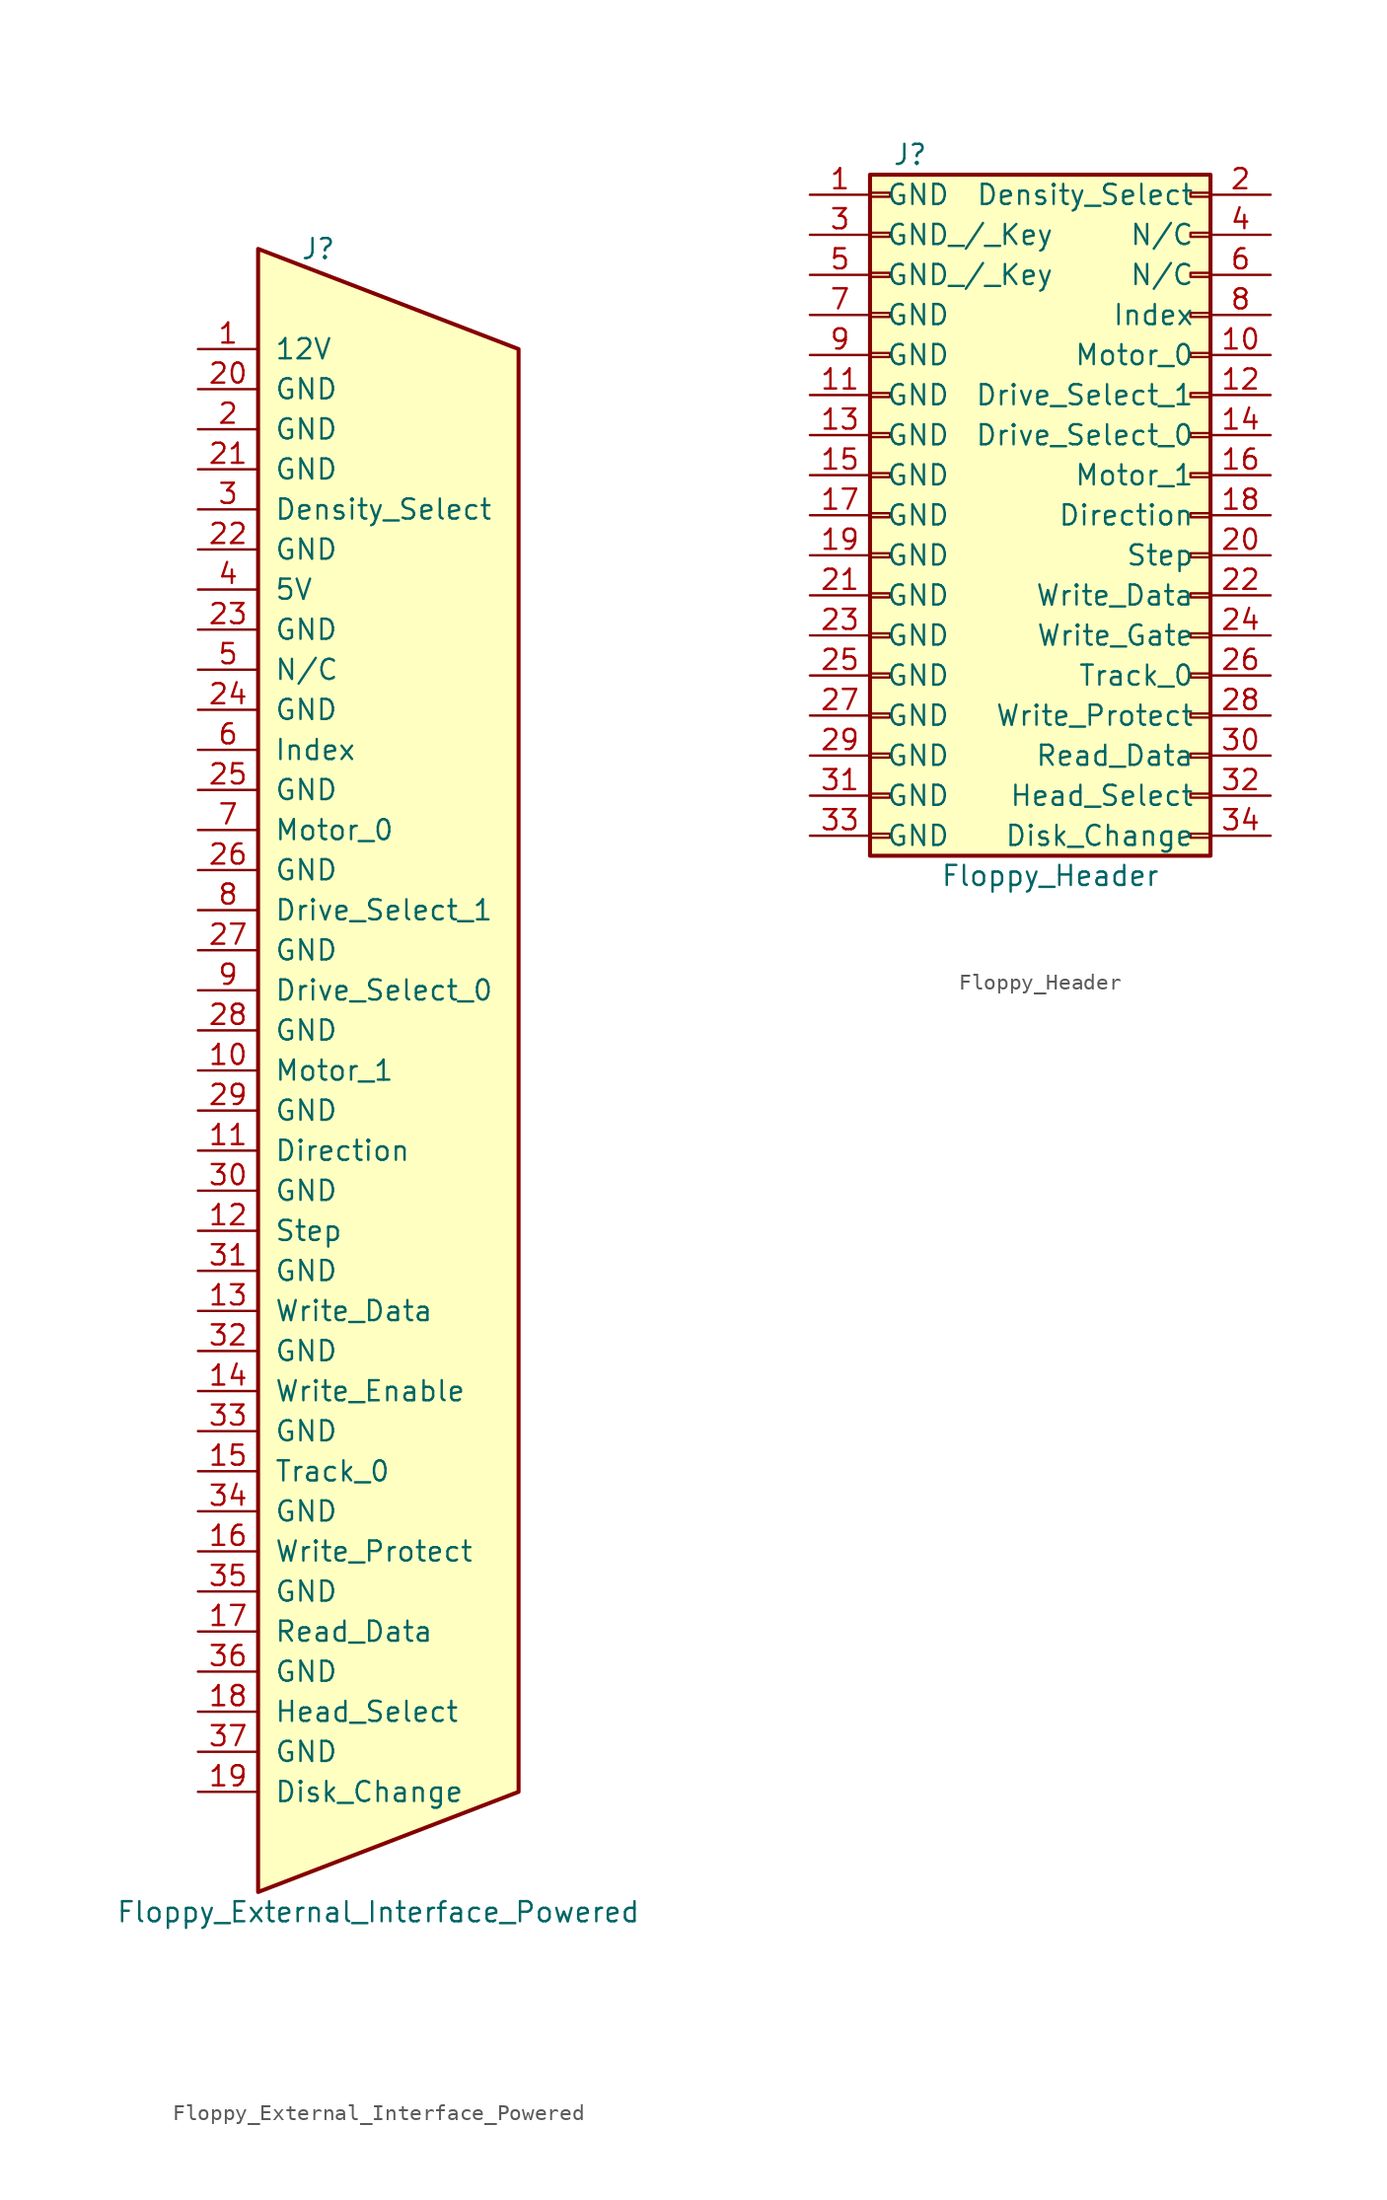
<source format=kicad_sym>
(kicad_symbol_lib
  (version 20211014)
  (generator kicad_symbol_editor)
  (symbol "Floppy_External_Interface_Powered"
    (pin_names
      (offset 1.016))
    (property "Reference" "J"
      (at 0 52.07 0)
      (effects (font (size 1.27 1.27))))
    (property "Value" "Floppy_External_Interface_Powered"
      (at 3.81 -53.34 0)
      (effects (font (size 1.27 1.27))))
    (symbol "Floppy_External_Interface_Powered_0_1"
      (polyline (pts (xy -3.81 -52.07) (xy 12.7 -45.72) (xy 12.7 45.72) (xy -3.81 52.07) (xy -3.81 -52.07)) (stroke (width 0.254) (type default) (color 0 0 0 0)) (fill (type background))))
    (symbol "Floppy_External_Interface_Powered_1_1"
      (pin power_in line (at -7.62 45.72 0) (length 3.81) (name "12V" (effects (font (size 1.27 1.27)))) (number "1" (effects (font (size 1.27 1.27)))))
      (pin passive line (at -7.62 0 0) (length 3.81) (name "Motor_1" (effects (font (size 1.27 1.27)))) (number "10" (effects (font (size 1.27 1.27)))))
      (pin passive line (at -7.62 -5.08 0) (length 3.81) (name "Direction" (effects (font (size 1.27 1.27)))) (number "11" (effects (font (size 1.27 1.27)))))
      (pin passive line (at -7.62 -10.16 0) (length 3.81) (name "Step" (effects (font (size 1.27 1.27)))) (number "12" (effects (font (size 1.27 1.27)))))
      (pin passive line (at -7.62 -15.24 0) (length 3.81) (name "Write_Data" (effects (font (size 1.27 1.27)))) (number "13" (effects (font (size 1.27 1.27)))))
      (pin passive line (at -7.62 -20.32 0) (length 3.81) (name "Write_Enable" (effects (font (size 1.27 1.27)))) (number "14" (effects (font (size 1.27 1.27)))))
      (pin passive line (at -7.62 -25.4 0) (length 3.81) (name "Track_0" (effects (font (size 1.27 1.27)))) (number "15" (effects (font (size 1.27 1.27)))))
      (pin passive line (at -7.62 -30.48 0) (length 3.81) (name "Write_Protect" (effects (font (size 1.27 1.27)))) (number "16" (effects (font (size 1.27 1.27)))))
      (pin passive line (at -7.62 -35.56 0) (length 3.81) (name "Read_Data" (effects (font (size 1.27 1.27)))) (number "17" (effects (font (size 1.27 1.27)))))
      (pin passive line (at -7.62 -40.64 0) (length 3.81) (name "Head_Select" (effects (font (size 1.27 1.27)))) (number "18" (effects (font (size 1.27 1.27)))))
      (pin passive line (at -7.62 -45.72 0) (length 3.81) (name "Disk_Change" (effects (font (size 1.27 1.27)))) (number "19" (effects (font (size 1.27 1.27)))))
      (pin power_in line (at -7.62 40.64 0) (length 3.81) (name "GND" (effects (font (size 1.27 1.27)))) (number "2" (effects (font (size 1.27 1.27)))))
      (pin power_in line (at -7.62 43.18 0) (length 3.81) (name "GND" (effects (font (size 1.27 1.27)))) (number "20" (effects (font (size 1.27 1.27)))))
      (pin power_in line (at -7.62 38.1 0) (length 3.81) (name "GND" (effects (font (size 1.27 1.27)))) (number "21" (effects (font (size 1.27 1.27)))))
      (pin power_in line (at -7.62 33.02 0) (length 3.81) (name "GND" (effects (font (size 1.27 1.27)))) (number "22" (effects (font (size 1.27 1.27)))))
      (pin power_in line (at -7.62 27.94 0) (length 3.81) (name "GND" (effects (font (size 1.27 1.27)))) (number "23" (effects (font (size 1.27 1.27)))))
      (pin power_in line (at -7.62 22.86 0) (length 3.81) (name "GND" (effects (font (size 1.27 1.27)))) (number "24" (effects (font (size 1.27 1.27)))))
      (pin power_in line (at -7.62 17.78 0) (length 3.81) (name "GND" (effects (font (size 1.27 1.27)))) (number "25" (effects (font (size 1.27 1.27)))))
      (pin power_in line (at -7.62 12.7 0) (length 3.81) (name "GND" (effects (font (size 1.27 1.27)))) (number "26" (effects (font (size 1.27 1.27)))))
      (pin power_in line (at -7.62 7.62 0) (length 3.81) (name "GND" (effects (font (size 1.27 1.27)))) (number "27" (effects (font (size 1.27 1.27)))))
      (pin power_in line (at -7.62 2.54 0) (length 3.81) (name "GND" (effects (font (size 1.27 1.27)))) (number "28" (effects (font (size 1.27 1.27)))))
      (pin power_in line (at -7.62 -2.54 0) (length 3.81) (name "GND" (effects (font (size 1.27 1.27)))) (number "29" (effects (font (size 1.27 1.27)))))
      (pin passive line (at -7.62 35.56 0) (length 3.81) (name "Density_Select" (effects (font (size 1.27 1.27)))) (number "3" (effects (font (size 1.27 1.27)))))
      (pin power_in line (at -7.62 -7.62 0) (length 3.81) (name "GND" (effects (font (size 1.27 1.27)))) (number "30" (effects (font (size 1.27 1.27)))))
      (pin power_in line (at -7.62 -12.7 0) (length 3.81) (name "GND" (effects (font (size 1.27 1.27)))) (number "31" (effects (font (size 1.27 1.27)))))
      (pin power_in line (at -7.62 -17.78 0) (length 3.81) (name "GND" (effects (font (size 1.27 1.27)))) (number "32" (effects (font (size 1.27 1.27)))))
      (pin power_in line (at -7.62 -22.86 0) (length 3.81) (name "GND" (effects (font (size 1.27 1.27)))) (number "33" (effects (font (size 1.27 1.27)))))
      (pin power_in line (at -7.62 -27.94 0) (length 3.81) (name "GND" (effects (font (size 1.27 1.27)))) (number "34" (effects (font (size 1.27 1.27)))))
      (pin power_in line (at -7.62 -33.02 0) (length 3.81) (name "GND" (effects (font (size 1.27 1.27)))) (number "35" (effects (font (size 1.27 1.27)))))
      (pin power_in line (at -7.62 -38.1 0) (length 3.81) (name "GND" (effects (font (size 1.27 1.27)))) (number "36" (effects (font (size 1.27 1.27)))))
      (pin power_in line (at -7.62 -43.18 0) (length 3.81) (name "GND" (effects (font (size 1.27 1.27)))) (number "37" (effects (font (size 1.27 1.27)))))
      (pin power_in line (at -7.62 30.48 0) (length 3.81) (name "5V" (effects (font (size 1.27 1.27)))) (number "4" (effects (font (size 1.27 1.27)))))
      (pin passive line (at -7.62 25.4 0) (length 3.81) (name "N/C" (effects (font (size 1.27 1.27)))) (number "5" (effects (font (size 1.27 1.27)))))
      (pin passive line (at -7.62 20.32 0) (length 3.81) (name "Index" (effects (font (size 1.27 1.27)))) (number "6" (effects (font (size 1.27 1.27)))))
      (pin passive line (at -7.62 15.24 0) (length 3.81) (name "Motor_0" (effects (font (size 1.27 1.27)))) (number "7" (effects (font (size 1.27 1.27)))))
      (pin passive line (at -7.62 10.16 0) (length 3.81) (name "Drive_Select_1" (effects (font (size 1.27 1.27)))) (number "8" (effects (font (size 1.27 1.27)))))
      (pin passive line (at -7.62 5.08 0) (length 3.81) (name "Drive_Select_0" (effects (font (size 1.27 1.27)))) (number "9" (effects (font (size 1.27 1.27)))))))
  (symbol "Floppy_Header"
    (pin_names
      (offset 1.016))
    (property "Reference" "J"
      (at 1.27 22.86 0)
      (effects (font (size 1.27 1.27))))
    (property "Value" "Floppy_Header"
      (at 10.16 -22.86 0)
      (effects (font (size 1.27 1.27))))
    (symbol "Floppy_Header_1_1"
      (rectangle (start -1.27 -20.193) (end 0 -20.447) (stroke (width 0.152) (type default) (color 0 0 0 0)) (fill (type none)))
      (rectangle (start -1.27 -17.653) (end 0 -17.907) (stroke (width 0.152) (type default) (color 0 0 0 0)) (fill (type none)))
      (rectangle (start -1.27 -15.113) (end 0 -15.367) (stroke (width 0.152) (type default) (color 0 0 0 0)) (fill (type none)))
      (rectangle (start -1.27 -12.573) (end 0 -12.827) (stroke (width 0.152) (type default) (color 0 0 0 0)) (fill (type none)))
      (rectangle (start -1.27 -10.033) (end 0 -10.287) (stroke (width 0.152) (type default) (color 0 0 0 0)) (fill (type none)))
      (rectangle (start -1.27 -7.493) (end 0 -7.747) (stroke (width 0.152) (type default) (color 0 0 0 0)) (fill (type none)))
      (rectangle (start -1.27 -4.953) (end 0 -5.207) (stroke (width 0.152) (type default) (color 0 0 0 0)) (fill (type none)))
      (rectangle (start -1.27 -2.413) (end 0 -2.667) (stroke (width 0.152) (type default) (color 0 0 0 0)) (fill (type none)))
      (rectangle (start -1.27 0.127) (end 0 -0.127) (stroke (width 0.152) (type default) (color 0 0 0 0)) (fill (type none)))
      (rectangle (start -1.27 2.667) (end 0 2.413) (stroke (width 0.152) (type default) (color 0 0 0 0)) (fill (type none)))
      (rectangle (start -1.27 5.207) (end 0 4.953) (stroke (width 0.152) (type default) (color 0 0 0 0)) (fill (type none)))
      (rectangle (start -1.27 7.747) (end 0 7.493) (stroke (width 0.152) (type default) (color 0 0 0 0)) (fill (type none)))
      (rectangle (start -1.27 10.287) (end 0 10.033) (stroke (width 0.152) (type default) (color 0 0 0 0)) (fill (type none)))
      (rectangle (start -1.27 12.827) (end 0 12.573) (stroke (width 0.152) (type default) (color 0 0 0 0)) (fill (type none)))
      (rectangle (start -1.27 15.367) (end 0 15.113) (stroke (width 0.152) (type default) (color 0 0 0 0)) (fill (type none)))
      (rectangle (start -1.27 17.907) (end 0 17.653) (stroke (width 0.152) (type default) (color 0 0 0 0)) (fill (type none)))
      (rectangle (start -1.27 20.447) (end 0 20.193) (stroke (width 0.152) (type default) (color 0 0 0 0)) (fill (type none)))
      (rectangle (start -1.27 21.59) (end 20.32 -21.59) (stroke (width 0.254) (type default) (color 0 0 0 0)) (fill (type background)))
      (rectangle (start 20.32 -20.193) (end 19.05 -20.447) (stroke (width 0.152) (type default) (color 0 0 0 0)) (fill (type none)))
      (rectangle (start 20.32 -17.653) (end 19.05 -17.907) (stroke (width 0.152) (type default) (color 0 0 0 0)) (fill (type none)))
      (rectangle (start 20.32 -15.113) (end 19.05 -15.367) (stroke (width 0.152) (type default) (color 0 0 0 0)) (fill (type none)))
      (rectangle (start 20.32 -12.573) (end 19.05 -12.827) (stroke (width 0.152) (type default) (color 0 0 0 0)) (fill (type none)))
      (rectangle (start 20.32 -10.033) (end 19.05 -10.287) (stroke (width 0.152) (type default) (color 0 0 0 0)) (fill (type none)))
      (rectangle (start 20.32 -7.493) (end 19.05 -7.747) (stroke (width 0.152) (type default) (color 0 0 0 0)) (fill (type none)))
      (rectangle (start 20.32 -4.953) (end 19.05 -5.207) (stroke (width 0.152) (type default) (color 0 0 0 0)) (fill (type none)))
      (rectangle (start 20.32 -2.413) (end 19.05 -2.667) (stroke (width 0.152) (type default) (color 0 0 0 0)) (fill (type none)))
      (rectangle (start 20.32 0.127) (end 19.05 -0.127) (stroke (width 0.152) (type default) (color 0 0 0 0)) (fill (type none)))
      (rectangle (start 20.32 2.667) (end 19.05 2.413) (stroke (width 0.152) (type default) (color 0 0 0 0)) (fill (type none)))
      (rectangle (start 20.32 5.207) (end 19.05 4.953) (stroke (width 0.152) (type default) (color 0 0 0 0)) (fill (type none)))
      (rectangle (start 20.32 7.747) (end 19.05 7.493) (stroke (width 0.152) (type default) (color 0 0 0 0)) (fill (type none)))
      (rectangle (start 20.32 10.287) (end 19.05 10.033) (stroke (width 0.152) (type default) (color 0 0 0 0)) (fill (type none)))
      (rectangle (start 20.32 12.827) (end 19.05 12.573) (stroke (width 0.152) (type default) (color 0 0 0 0)) (fill (type none)))
      (rectangle (start 20.32 15.367) (end 19.05 15.113) (stroke (width 0.152) (type default) (color 0 0 0 0)) (fill (type none)))
      (rectangle (start 20.32 17.907) (end 19.05 17.653) (stroke (width 0.152) (type default) (color 0 0 0 0)) (fill (type none)))
      (rectangle (start 20.32 20.447) (end 19.05 20.193) (stroke (width 0.152) (type default) (color 0 0 0 0)) (fill (type none)))
      (pin power_in line (at -5.08 20.32 0) (length 3.81) (name "GND" (effects (font (size 1.27 1.27)))) (number "1" (effects (font (size 1.27 1.27)))))
      (pin passive line (at 24.13 10.16 180) (length 3.81) (name "Motor_0" (effects (font (size 1.27 1.27)))) (number "10" (effects (font (size 1.27 1.27)))))
      (pin power_in line (at -5.08 7.62 0) (length 3.81) (name "GND" (effects (font (size 1.27 1.27)))) (number "11" (effects (font (size 1.27 1.27)))))
      (pin passive line (at 24.13 7.62 180) (length 3.81) (name "Drive_Select_1" (effects (font (size 1.27 1.27)))) (number "12" (effects (font (size 1.27 1.27)))))
      (pin power_in line (at -5.08 5.08 0) (length 3.81) (name "GND" (effects (font (size 1.27 1.27)))) (number "13" (effects (font (size 1.27 1.27)))))
      (pin passive line (at 24.13 5.08 180) (length 3.81) (name "Drive_Select_0" (effects (font (size 1.27 1.27)))) (number "14" (effects (font (size 1.27 1.27)))))
      (pin power_in line (at -5.08 2.54 0) (length 3.81) (name "GND" (effects (font (size 1.27 1.27)))) (number "15" (effects (font (size 1.27 1.27)))))
      (pin passive line (at 24.13 2.54 180) (length 3.81) (name "Motor_1" (effects (font (size 1.27 1.27)))) (number "16" (effects (font (size 1.27 1.27)))))
      (pin power_in line (at -5.08 0 0) (length 3.81) (name "GND" (effects (font (size 1.27 1.27)))) (number "17" (effects (font (size 1.27 1.27)))))
      (pin passive line (at 24.13 0 180) (length 3.81) (name "Direction" (effects (font (size 1.27 1.27)))) (number "18" (effects (font (size 1.27 1.27)))))
      (pin power_in line (at -5.08 -2.54 0) (length 3.81) (name "GND" (effects (font (size 1.27 1.27)))) (number "19" (effects (font (size 1.27 1.27)))))
      (pin passive line (at 24.13 20.32 180) (length 3.81) (name "Density_Select" (effects (font (size 1.27 1.27)))) (number "2" (effects (font (size 1.27 1.27)))))
      (pin passive line (at 24.13 -2.54 180) (length 3.81) (name "Step" (effects (font (size 1.27 1.27)))) (number "20" (effects (font (size 1.27 1.27)))))
      (pin power_in line (at -5.08 -5.08 0) (length 3.81) (name "GND" (effects (font (size 1.27 1.27)))) (number "21" (effects (font (size 1.27 1.27)))))
      (pin passive line (at 24.13 -5.08 180) (length 3.81) (name "Write_Data" (effects (font (size 1.27 1.27)))) (number "22" (effects (font (size 1.27 1.27)))))
      (pin power_in line (at -5.08 -7.62 0) (length 3.81) (name "GND" (effects (font (size 1.27 1.27)))) (number "23" (effects (font (size 1.27 1.27)))))
      (pin passive line (at 24.13 -7.62 180) (length 3.81) (name "Write_Gate" (effects (font (size 1.27 1.27)))) (number "24" (effects (font (size 1.27 1.27)))))
      (pin power_in line (at -5.08 -10.16 0) (length 3.81) (name "GND" (effects (font (size 1.27 1.27)))) (number "25" (effects (font (size 1.27 1.27)))))
      (pin passive line (at 24.13 -10.16 180) (length 3.81) (name "Track_0" (effects (font (size 1.27 1.27)))) (number "26" (effects (font (size 1.27 1.27)))))
      (pin power_in line (at -5.08 -12.7 0) (length 3.81) (name "GND" (effects (font (size 1.27 1.27)))) (number "27" (effects (font (size 1.27 1.27)))))
      (pin passive line (at 24.13 -12.7 180) (length 3.81) (name "Write_Protect" (effects (font (size 1.27 1.27)))) (number "28" (effects (font (size 1.27 1.27)))))
      (pin power_in line (at -5.08 -15.24 0) (length 3.81) (name "GND" (effects (font (size 1.27 1.27)))) (number "29" (effects (font (size 1.27 1.27)))))
      (pin power_in line (at -5.08 17.78 0) (length 3.81) (name "GND_/_Key" (effects (font (size 1.27 1.27)))) (number "3" (effects (font (size 1.27 1.27)))))
      (pin passive line (at 24.13 -15.24 180) (length 3.81) (name "Read_Data" (effects (font (size 1.27 1.27)))) (number "30" (effects (font (size 1.27 1.27)))))
      (pin power_in line (at -5.08 -17.78 0) (length 3.81) (name "GND" (effects (font (size 1.27 1.27)))) (number "31" (effects (font (size 1.27 1.27)))))
      (pin passive line (at 24.13 -17.78 180) (length 3.81) (name "Head_Select" (effects (font (size 1.27 1.27)))) (number "32" (effects (font (size 1.27 1.27)))))
      (pin power_in line (at -5.08 -20.32 0) (length 3.81) (name "GND" (effects (font (size 1.27 1.27)))) (number "33" (effects (font (size 1.27 1.27)))))
      (pin passive line (at 24.13 -20.32 180) (length 3.81) (name "Disk_Change" (effects (font (size 1.27 1.27)))) (number "34" (effects (font (size 1.27 1.27)))))
      (pin passive line (at 24.13 17.78 180) (length 3.81) (name "N/C" (effects (font (size 1.27 1.27)))) (number "4" (effects (font (size 1.27 1.27)))))
      (pin power_in line (at -5.08 15.24 0) (length 3.81) (name "GND_/_Key" (effects (font (size 1.27 1.27)))) (number "5" (effects (font (size 1.27 1.27)))))
      (pin passive line (at 24.13 15.24 180) (length 3.81) (name "N/C" (effects (font (size 1.27 1.27)))) (number "6" (effects (font (size 1.27 1.27)))))
      (pin power_in line (at -5.08 12.7 0) (length 3.81) (name "GND" (effects (font (size 1.27 1.27)))) (number "7" (effects (font (size 1.27 1.27)))))
      (pin passive line (at 24.13 12.7 180) (length 3.81) (name "Index" (effects (font (size 1.27 1.27)))) (number "8" (effects (font (size 1.27 1.27)))))
      (pin power_in line (at -5.08 10.16 0) (length 3.81) (name "GND" (effects (font (size 1.27 1.27)))) (number "9" (effects (font (size 1.27 1.27))))))))
</source>
